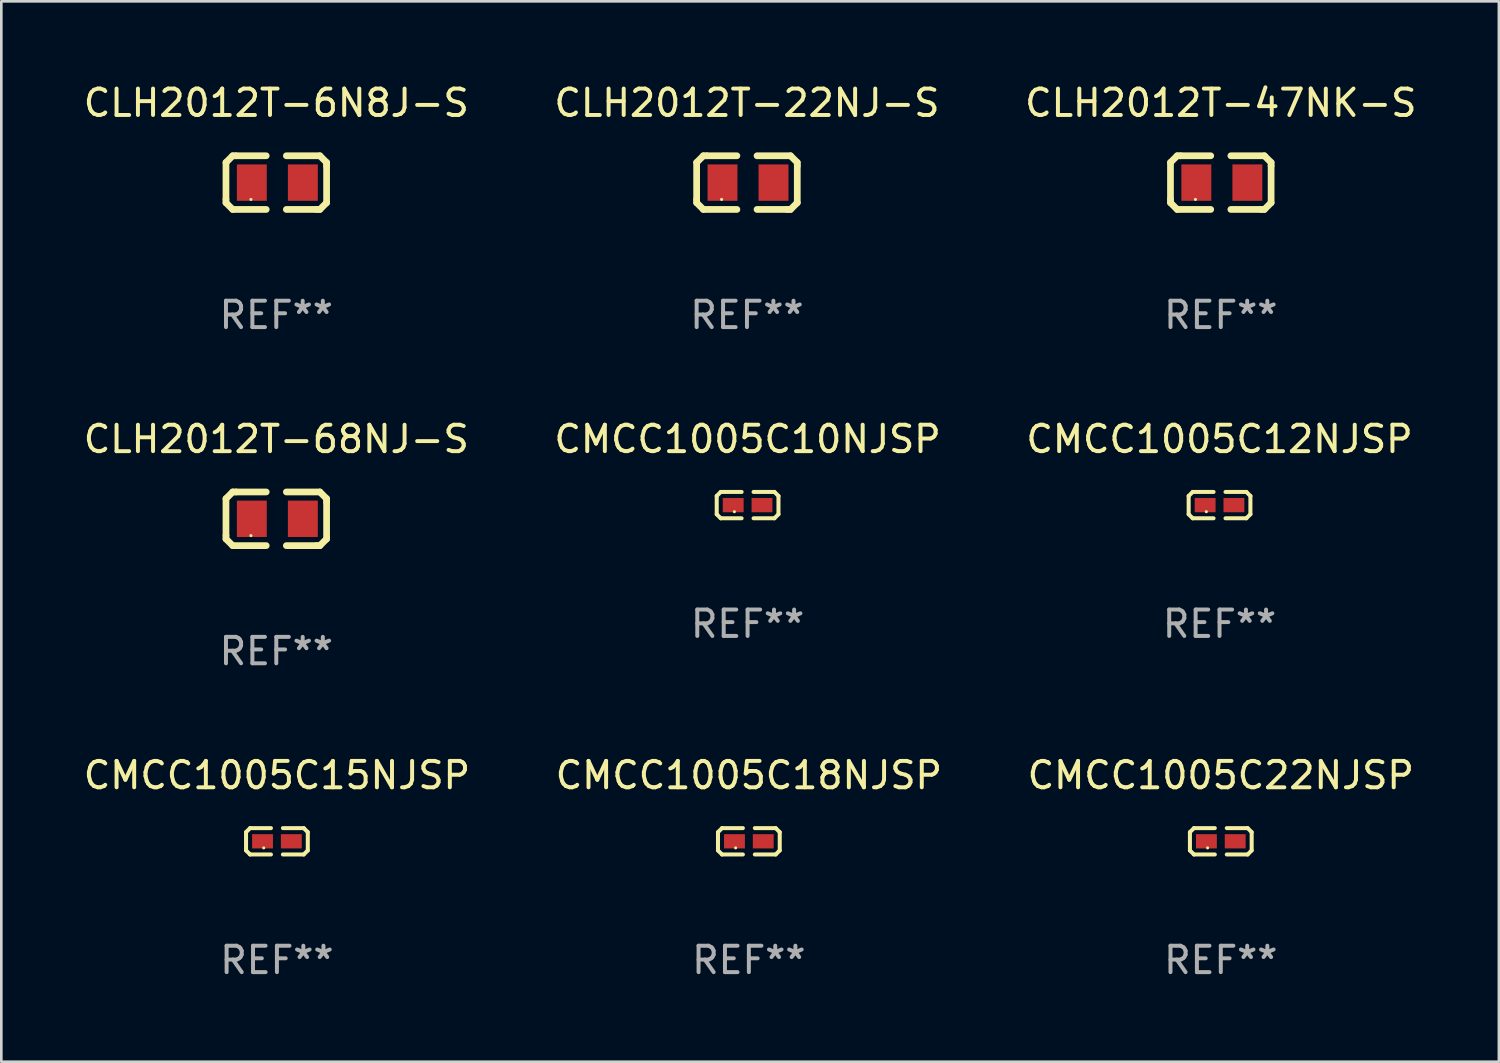
<source format=kicad_pcb>
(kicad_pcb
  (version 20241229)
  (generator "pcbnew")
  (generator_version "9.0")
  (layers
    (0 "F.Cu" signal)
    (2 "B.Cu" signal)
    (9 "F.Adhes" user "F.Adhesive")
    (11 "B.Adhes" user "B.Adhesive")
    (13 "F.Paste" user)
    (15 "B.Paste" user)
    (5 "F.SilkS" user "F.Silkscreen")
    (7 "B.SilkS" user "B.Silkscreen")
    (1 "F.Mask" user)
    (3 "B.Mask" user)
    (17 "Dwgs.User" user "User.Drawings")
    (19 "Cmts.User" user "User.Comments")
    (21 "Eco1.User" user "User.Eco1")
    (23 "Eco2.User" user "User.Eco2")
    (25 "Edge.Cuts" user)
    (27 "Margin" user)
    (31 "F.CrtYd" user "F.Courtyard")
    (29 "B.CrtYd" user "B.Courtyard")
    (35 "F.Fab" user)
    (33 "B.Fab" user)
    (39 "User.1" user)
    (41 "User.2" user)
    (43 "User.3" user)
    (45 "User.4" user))
  (footprint "CMCC1005C10NJSP"
    (layer "F.Cu")
    (at 25.256 16.075)
    (property "Reference" "CMCC1005C10NJSP" (at 0 -2.499 0) (layer "F.SilkS") (effects (font (size 1 1) (thickness 0.15))))
    (attr through_hole)
    (fp_line (start -1.169 -0.346) (end -1.016 -0.499) (stroke (width 0.152) (type solid)) (layer "F.SilkS"))
    (fp_line (start -1.169 0.346) (end -1.169 -0.346) (stroke (width 0.152) (type solid)) (layer "F.SilkS"))
    (fp_line (start -1.016 -0.499) (end -0.226 -0.499) (stroke (width 0.152) (type solid)) (layer "F.SilkS"))
    (fp_line (start -1.016 0.499) (end -1.169 0.346) (stroke (width 0.152) (type solid)) (layer "F.SilkS"))
    (fp_line (start -0.226 0.499) (end -1.016 0.499) (stroke (width 0.152) (type solid)) (layer "F.SilkS"))
    (fp_line (start 0.226 0.499) (end 1.016 0.499) (stroke (width 0.152) (type solid)) (layer "F.SilkS"))
    (fp_line (start 1.016 -0.499) (end 0.226 -0.499) (stroke (width 0.152) (type solid)) (layer "F.SilkS"))
    (fp_line (start 1.016 0.499) (end 1.169 0.346) (stroke (width 0.152) (type solid)) (layer "F.SilkS"))
    (fp_line (start 1.169 -0.346) (end 1.016 -0.499) (stroke (width 0.152) (type solid)) (layer "F.SilkS"))
    (fp_line (start 1.169 0.346) (end 1.169 -0.346) (stroke (width 0.152) (type solid)) (layer "F.SilkS"))
    (fp_circle (center -0.5 0.25) (end -0.47 0.25) (stroke (width 0.06) (type solid)) (fill no) (layer "F.SilkS"))
    (fp_text user "REF**" (at 0 4.499 0) (layer "F.Fab") (effects (font (size 1 1) (thickness 0.15))))
    (pad "1" smd rect (at -0.545 0) (size 0.79 0.54) (layers "F.Cu" "F.Mask" "F.Paste"))
    (pad "2" smd rect (at 0.545 0) (size 0.79 0.54) (layers "F.Cu" "F.Mask" "F.Paste")))
  (footprint "CMCC1005C18NJSP"
    (layer "F.Cu")
    (at 25.304 28.804)
    (property "Reference" "CMCC1005C18NJSP" (at 0 -2.499 0) (layer "F.SilkS") (effects (font (size 1 1) (thickness 0.15))))
    (attr through_hole)
    (fp_line (start -1.169 -0.346) (end -1.016 -0.499) (stroke (width 0.152) (type solid)) (layer "F.SilkS"))
    (fp_line (start -1.169 0.346) (end -1.169 -0.346) (stroke (width 0.152) (type solid)) (layer "F.SilkS"))
    (fp_line (start -1.016 -0.499) (end -0.226 -0.499) (stroke (width 0.152) (type solid)) (layer "F.SilkS"))
    (fp_line (start -1.016 0.499) (end -1.169 0.346) (stroke (width 0.152) (type solid)) (layer "F.SilkS"))
    (fp_line (start -0.226 0.499) (end -1.016 0.499) (stroke (width 0.152) (type solid)) (layer "F.SilkS"))
    (fp_line (start 0.226 0.499) (end 1.016 0.499) (stroke (width 0.152) (type solid)) (layer "F.SilkS"))
    (fp_line (start 1.016 -0.499) (end 0.226 -0.499) (stroke (width 0.152) (type solid)) (layer "F.SilkS"))
    (fp_line (start 1.016 0.499) (end 1.169 0.346) (stroke (width 0.152) (type solid)) (layer "F.SilkS"))
    (fp_line (start 1.169 -0.346) (end 1.016 -0.499) (stroke (width 0.152) (type solid)) (layer "F.SilkS"))
    (fp_line (start 1.169 0.346) (end 1.169 -0.346) (stroke (width 0.152) (type solid)) (layer "F.SilkS"))
    (fp_circle (center -0.5 0.25) (end -0.47 0.25) (stroke (width 0.06) (type solid)) (fill no) (layer "F.SilkS"))
    (fp_text user "REF**" (at 0 4.499 0) (layer "F.Fab") (effects (font (size 1 1) (thickness 0.15))))
    (pad "1" smd rect (at -0.545 0) (size 0.79 0.54) (layers "F.Cu" "F.Mask" "F.Paste"))
    (pad "2" smd rect (at 0.545 0) (size 0.79 0.54) (layers "F.Cu" "F.Mask" "F.Paste")))
  (footprint "CMCC1005C12NJSP"
    (layer "F.Cu")
    (at 43.125 16.075)
    (property "Reference" "CMCC1005C12NJSP" (at 0 -2.499 0) (layer "F.SilkS") (effects (font (size 1 1) (thickness 0.15))))
    (attr through_hole)
    (fp_line (start -1.169 -0.346) (end -1.016 -0.499) (stroke (width 0.152) (type solid)) (layer "F.SilkS"))
    (fp_line (start -1.169 0.346) (end -1.169 -0.346) (stroke (width 0.152) (type solid)) (layer "F.SilkS"))
    (fp_line (start -1.016 -0.499) (end -0.226 -0.499) (stroke (width 0.152) (type solid)) (layer "F.SilkS"))
    (fp_line (start -1.016 0.499) (end -1.169 0.346) (stroke (width 0.152) (type solid)) (layer "F.SilkS"))
    (fp_line (start -0.226 0.499) (end -1.016 0.499) (stroke (width 0.152) (type solid)) (layer "F.SilkS"))
    (fp_line (start 0.226 0.499) (end 1.016 0.499) (stroke (width 0.152) (type solid)) (layer "F.SilkS"))
    (fp_line (start 1.016 -0.499) (end 0.226 -0.499) (stroke (width 0.152) (type solid)) (layer "F.SilkS"))
    (fp_line (start 1.016 0.499) (end 1.169 0.346) (stroke (width 0.152) (type solid)) (layer "F.SilkS"))
    (fp_line (start 1.169 -0.346) (end 1.016 -0.499) (stroke (width 0.152) (type solid)) (layer "F.SilkS"))
    (fp_line (start 1.169 0.346) (end 1.169 -0.346) (stroke (width 0.152) (type solid)) (layer "F.SilkS"))
    (fp_circle (center -0.5 0.25) (end -0.47 0.25) (stroke (width 0.06) (type solid)) (fill no) (layer "F.SilkS"))
    (fp_text user "REF**" (at 0 4.499 0) (layer "F.Fab") (effects (font (size 1 1) (thickness 0.15))))
    (pad "1" smd rect (at -0.545 0) (size 0.79 0.54) (layers "F.Cu" "F.Mask" "F.Paste"))
    (pad "2" smd rect (at 0.545 0) (size 0.79 0.54) (layers "F.Cu" "F.Mask" "F.Paste")))
  (footprint "CLH2012T-47NK-S"
    (layer "F.Cu")
    (at 43.173 3.864)
    (property "Reference" "CLH2012T-47NK-S" (at 0 -3.016 0) (layer "F.SilkS") (effects (font (size 1 1) (thickness 0.15))))
    (attr through_hole)
    (fp_line (start -1.905 -0.762) (end -1.905 0.635) (stroke (width 0.254) (type solid)) (layer "F.SilkS"))
    (fp_line (start -1.905 0.635) (end -1.905 0.762) (stroke (width 0.254) (type solid)) (layer "F.SilkS"))
    (fp_line (start -1.905 0.762) (end -1.651 1.016) (stroke (width 0.254) (type solid)) (layer "F.SilkS"))
    (fp_line (start -1.651 -1.016) (end -1.905 -0.762) (stroke (width 0.254) (type solid)) (layer "F.SilkS"))
    (fp_line (start -1.651 1.016) (end -0.381 1.016) (stroke (width 0.254) (type solid)) (layer "F.SilkS"))
    (fp_line (start -1.524 -1.016) (end -1.651 -1.016) (stroke (width 0.254) (type solid)) (layer "F.SilkS"))
    (fp_line (start -0.381 -1.016) (end -1.524 -1.016) (stroke (width 0.254) (type solid)) (layer "F.SilkS"))
    (fp_line (start 0.381 1.016) (end 1.524 1.016) (stroke (width 0.254) (type solid)) (layer "F.SilkS"))
    (fp_line (start 1.524 1.016) (end 1.651 1.016) (stroke (width 0.254) (type solid)) (layer "F.SilkS"))
    (fp_line (start 1.651 -1.016) (end 0.381 -1.016) (stroke (width 0.254) (type solid)) (layer "F.SilkS"))
    (fp_line (start 1.651 1.016) (end 1.905 0.762) (stroke (width 0.254) (type solid)) (layer "F.SilkS"))
    (fp_line (start 1.905 -0.762) (end 1.651 -1.016) (stroke (width 0.254) (type solid)) (layer "F.SilkS"))
    (fp_line (start 1.905 -0.635) (end 1.905 -0.762) (stroke (width 0.254) (type solid)) (layer "F.SilkS"))
    (fp_line (start 1.905 0.762) (end 1.905 -0.635) (stroke (width 0.254) (type solid)) (layer "F.SilkS"))
    (fp_circle (center -0.96 0.637) (end -0.93 0.637) (stroke (width 0.06) (type solid)) (fill no) (layer "F.SilkS"))
    (fp_text user "REF**" (at 0 5.016 0) (layer "F.Fab") (effects (font (size 1 1) (thickness 0.15))))
    (pad "1" smd rect (at -0.926 -0.000051) (size 1.133 1.377) (layers "F.Cu" "F.Mask" "F.Paste"))
    (pad "2" smd rect (at 1.006 -0.000051) (size 1.133 1.377) (layers "F.Cu" "F.Mask" "F.Paste")))
  (footprint "CLH2012T-6N8J-S"
    (layer "F.Cu")
    (at 7.411 3.864)
    (property "Reference" "CLH2012T-6N8J-S" (at 0 -3.016 0) (layer "F.SilkS") (effects (font (size 1 1) (thickness 0.15))))
    (attr through_hole)
    (fp_line (start -1.905 -0.762) (end -1.905 0.635) (stroke (width 0.254) (type solid)) (layer "F.SilkS"))
    (fp_line (start -1.905 0.635) (end -1.905 0.762) (stroke (width 0.254) (type solid)) (layer "F.SilkS"))
    (fp_line (start -1.905 0.762) (end -1.651 1.016) (stroke (width 0.254) (type solid)) (layer "F.SilkS"))
    (fp_line (start -1.651 -1.016) (end -1.905 -0.762) (stroke (width 0.254) (type solid)) (layer "F.SilkS"))
    (fp_line (start -1.651 1.016) (end -0.381 1.016) (stroke (width 0.254) (type solid)) (layer "F.SilkS"))
    (fp_line (start -1.524 -1.016) (end -1.651 -1.016) (stroke (width 0.254) (type solid)) (layer "F.SilkS"))
    (fp_line (start -0.381 -1.016) (end -1.524 -1.016) (stroke (width 0.254) (type solid)) (layer "F.SilkS"))
    (fp_line (start 0.381 1.016) (end 1.524 1.016) (stroke (width 0.254) (type solid)) (layer "F.SilkS"))
    (fp_line (start 1.524 1.016) (end 1.651 1.016) (stroke (width 0.254) (type solid)) (layer "F.SilkS"))
    (fp_line (start 1.651 -1.016) (end 0.381 -1.016) (stroke (width 0.254) (type solid)) (layer "F.SilkS"))
    (fp_line (start 1.651 1.016) (end 1.905 0.762) (stroke (width 0.254) (type solid)) (layer "F.SilkS"))
    (fp_line (start 1.905 -0.762) (end 1.651 -1.016) (stroke (width 0.254) (type solid)) (layer "F.SilkS"))
    (fp_line (start 1.905 -0.635) (end 1.905 -0.762) (stroke (width 0.254) (type solid)) (layer "F.SilkS"))
    (fp_line (start 1.905 0.762) (end 1.905 -0.635) (stroke (width 0.254) (type solid)) (layer "F.SilkS"))
    (fp_circle (center -0.96 0.637) (end -0.93 0.637) (stroke (width 0.06) (type solid)) (fill no) (layer "F.SilkS"))
    (fp_text user "REF**" (at 0 5.016 0) (layer "F.Fab") (effects (font (size 1 1) (thickness 0.15))))
    (pad "1" smd rect (at -0.926 -0.000051) (size 1.133 1.377) (layers "F.Cu" "F.Mask" "F.Paste"))
    (pad "2" smd rect (at 1.006 -0.000051) (size 1.133 1.377) (layers "F.Cu" "F.Mask" "F.Paste")))
  (footprint "CMCC1005C15NJSP"
    (layer "F.Cu")
    (at 7.435 28.804)
    (property "Reference" "CMCC1005C15NJSP" (at 0 -2.499 0) (layer "F.SilkS") (effects (font (size 1 1) (thickness 0.15))))
    (attr through_hole)
    (fp_line (start -1.169 -0.346) (end -1.016 -0.499) (stroke (width 0.152) (type solid)) (layer "F.SilkS"))
    (fp_line (start -1.169 0.346) (end -1.169 -0.346) (stroke (width 0.152) (type solid)) (layer "F.SilkS"))
    (fp_line (start -1.016 -0.499) (end -0.226 -0.499) (stroke (width 0.152) (type solid)) (layer "F.SilkS"))
    (fp_line (start -1.016 0.499) (end -1.169 0.346) (stroke (width 0.152) (type solid)) (layer "F.SilkS"))
    (fp_line (start -0.226 0.499) (end -1.016 0.499) (stroke (width 0.152) (type solid)) (layer "F.SilkS"))
    (fp_line (start 0.226 0.499) (end 1.016 0.499) (stroke (width 0.152) (type solid)) (layer "F.SilkS"))
    (fp_line (start 1.016 -0.499) (end 0.226 -0.499) (stroke (width 0.152) (type solid)) (layer "F.SilkS"))
    (fp_line (start 1.016 0.499) (end 1.169 0.346) (stroke (width 0.152) (type solid)) (layer "F.SilkS"))
    (fp_line (start 1.169 -0.346) (end 1.016 -0.499) (stroke (width 0.152) (type solid)) (layer "F.SilkS"))
    (fp_line (start 1.169 0.346) (end 1.169 -0.346) (stroke (width 0.152) (type solid)) (layer "F.SilkS"))
    (fp_circle (center -0.5 0.25) (end -0.47 0.25) (stroke (width 0.06) (type solid)) (fill no) (layer "F.SilkS"))
    (fp_text user "REF**" (at 0 4.499 0) (layer "F.Fab") (effects (font (size 1 1) (thickness 0.15))))
    (pad "1" smd rect (at -0.545 0) (size 0.79 0.54) (layers "F.Cu" "F.Mask" "F.Paste"))
    (pad "2" smd rect (at 0.545 0) (size 0.79 0.54) (layers "F.Cu" "F.Mask" "F.Paste")))
  (footprint "CLH2012T-22NJ-S"
    (layer "F.Cu")
    (at 25.232 3.864)
    (property "Reference" "CLH2012T-22NJ-S" (at 0 -3.016 0) (layer "F.SilkS") (effects (font (size 1 1) (thickness 0.15))))
    (attr through_hole)
    (fp_line (start -1.905 -0.762) (end -1.905 0.635) (stroke (width 0.254) (type solid)) (layer "F.SilkS"))
    (fp_line (start -1.905 0.635) (end -1.905 0.762) (stroke (width 0.254) (type solid)) (layer "F.SilkS"))
    (fp_line (start -1.905 0.762) (end -1.651 1.016) (stroke (width 0.254) (type solid)) (layer "F.SilkS"))
    (fp_line (start -1.651 -1.016) (end -1.905 -0.762) (stroke (width 0.254) (type solid)) (layer "F.SilkS"))
    (fp_line (start -1.651 1.016) (end -0.381 1.016) (stroke (width 0.254) (type solid)) (layer "F.SilkS"))
    (fp_line (start -1.524 -1.016) (end -1.651 -1.016) (stroke (width 0.254) (type solid)) (layer "F.SilkS"))
    (fp_line (start -0.381 -1.016) (end -1.524 -1.016) (stroke (width 0.254) (type solid)) (layer "F.SilkS"))
    (fp_line (start 0.381 1.016) (end 1.524 1.016) (stroke (width 0.254) (type solid)) (layer "F.SilkS"))
    (fp_line (start 1.524 1.016) (end 1.651 1.016) (stroke (width 0.254) (type solid)) (layer "F.SilkS"))
    (fp_line (start 1.651 -1.016) (end 0.381 -1.016) (stroke (width 0.254) (type solid)) (layer "F.SilkS"))
    (fp_line (start 1.651 1.016) (end 1.905 0.762) (stroke (width 0.254) (type solid)) (layer "F.SilkS"))
    (fp_line (start 1.905 -0.762) (end 1.651 -1.016) (stroke (width 0.254) (type solid)) (layer "F.SilkS"))
    (fp_line (start 1.905 -0.635) (end 1.905 -0.762) (stroke (width 0.254) (type solid)) (layer "F.SilkS"))
    (fp_line (start 1.905 0.762) (end 1.905 -0.635) (stroke (width 0.254) (type solid)) (layer "F.SilkS"))
    (fp_circle (center -0.96 0.637) (end -0.93 0.637) (stroke (width 0.06) (type solid)) (fill no) (layer "F.SilkS"))
    (fp_text user "REF**" (at 0 5.016 0) (layer "F.Fab") (effects (font (size 1 1) (thickness 0.15))))
    (pad "1" smd rect (at -0.926 -0.000051) (size 1.133 1.377) (layers "F.Cu" "F.Mask" "F.Paste"))
    (pad "2" smd rect (at 1.006 -0.000051) (size 1.133 1.377) (layers "F.Cu" "F.Mask" "F.Paste")))
  (footprint "CLH2012T-68NJ-S"
    (layer "F.Cu")
    (at 7.411 16.593)
    (property "Reference" "CLH2012T-68NJ-S" (at 0 -3.016 0) (layer "F.SilkS") (effects (font (size 1 1) (thickness 0.15))))
    (attr through_hole)
    (fp_line (start -1.905 -0.762) (end -1.905 0.635) (stroke (width 0.254) (type solid)) (layer "F.SilkS"))
    (fp_line (start -1.905 0.635) (end -1.905 0.762) (stroke (width 0.254) (type solid)) (layer "F.SilkS"))
    (fp_line (start -1.905 0.762) (end -1.651 1.016) (stroke (width 0.254) (type solid)) (layer "F.SilkS"))
    (fp_line (start -1.651 -1.016) (end -1.905 -0.762) (stroke (width 0.254) (type solid)) (layer "F.SilkS"))
    (fp_line (start -1.651 1.016) (end -0.381 1.016) (stroke (width 0.254) (type solid)) (layer "F.SilkS"))
    (fp_line (start -1.524 -1.016) (end -1.651 -1.016) (stroke (width 0.254) (type solid)) (layer "F.SilkS"))
    (fp_line (start -0.381 -1.016) (end -1.524 -1.016) (stroke (width 0.254) (type solid)) (layer "F.SilkS"))
    (fp_line (start 0.381 1.016) (end 1.524 1.016) (stroke (width 0.254) (type solid)) (layer "F.SilkS"))
    (fp_line (start 1.524 1.016) (end 1.651 1.016) (stroke (width 0.254) (type solid)) (layer "F.SilkS"))
    (fp_line (start 1.651 -1.016) (end 0.381 -1.016) (stroke (width 0.254) (type solid)) (layer "F.SilkS"))
    (fp_line (start 1.651 1.016) (end 1.905 0.762) (stroke (width 0.254) (type solid)) (layer "F.SilkS"))
    (fp_line (start 1.905 -0.762) (end 1.651 -1.016) (stroke (width 0.254) (type solid)) (layer "F.SilkS"))
    (fp_line (start 1.905 -0.635) (end 1.905 -0.762) (stroke (width 0.254) (type solid)) (layer "F.SilkS"))
    (fp_line (start 1.905 0.762) (end 1.905 -0.635) (stroke (width 0.254) (type solid)) (layer "F.SilkS"))
    (fp_circle (center -0.96 0.637) (end -0.93 0.637) (stroke (width 0.06) (type solid)) (fill no) (layer "F.SilkS"))
    (fp_text user "REF**" (at 0 5.016 0) (layer "F.Fab") (effects (font (size 1 1) (thickness 0.15))))
    (pad "1" smd rect (at -0.926 -0.000051) (size 1.133 1.377) (layers "F.Cu" "F.Mask" "F.Paste"))
    (pad "2" smd rect (at 1.006 -0.000051) (size 1.133 1.377) (layers "F.Cu" "F.Mask" "F.Paste")))
  (footprint "CMCC1005C22NJSP"
    (layer "F.Cu")
    (at 43.173 28.804)
    (property "Reference" "CMCC1005C22NJSP" (at 0 -2.499 0) (layer "F.SilkS") (effects (font (size 1 1) (thickness 0.15))))
    (attr through_hole)
    (fp_line (start -1.169 -0.346) (end -1.016 -0.499) (stroke (width 0.152) (type solid)) (layer "F.SilkS"))
    (fp_line (start -1.169 0.346) (end -1.169 -0.346) (stroke (width 0.152) (type solid)) (layer "F.SilkS"))
    (fp_line (start -1.016 -0.499) (end -0.226 -0.499) (stroke (width 0.152) (type solid)) (layer "F.SilkS"))
    (fp_line (start -1.016 0.499) (end -1.169 0.346) (stroke (width 0.152) (type solid)) (layer "F.SilkS"))
    (fp_line (start -0.226 0.499) (end -1.016 0.499) (stroke (width 0.152) (type solid)) (layer "F.SilkS"))
    (fp_line (start 0.226 0.499) (end 1.016 0.499) (stroke (width 0.152) (type solid)) (layer "F.SilkS"))
    (fp_line (start 1.016 -0.499) (end 0.226 -0.499) (stroke (width 0.152) (type solid)) (layer "F.SilkS"))
    (fp_line (start 1.016 0.499) (end 1.169 0.346) (stroke (width 0.152) (type solid)) (layer "F.SilkS"))
    (fp_line (start 1.169 -0.346) (end 1.016 -0.499) (stroke (width 0.152) (type solid)) (layer "F.SilkS"))
    (fp_line (start 1.169 0.346) (end 1.169 -0.346) (stroke (width 0.152) (type solid)) (layer "F.SilkS"))
    (fp_circle (center -0.5 0.25) (end -0.47 0.25) (stroke (width 0.06) (type solid)) (fill no) (layer "F.SilkS"))
    (fp_text user "REF**" (at 0 4.499 0) (layer "F.Fab") (effects (font (size 1 1) (thickness 0.15))))
    (pad "1" smd rect (at -0.545 0) (size 0.79 0.54) (layers "F.Cu" "F.Mask" "F.Paste"))
    (pad "2" smd rect (at 0.545 0) (size 0.79 0.54) (layers "F.Cu" "F.Mask" "F.Paste")))
  (gr_rect
    (start -3 -3)
    (end 53.702 37.151)
    (stroke (width 0.1) (type default))
    (fill no)
    (layer "Edge.Cuts")))
</source>
